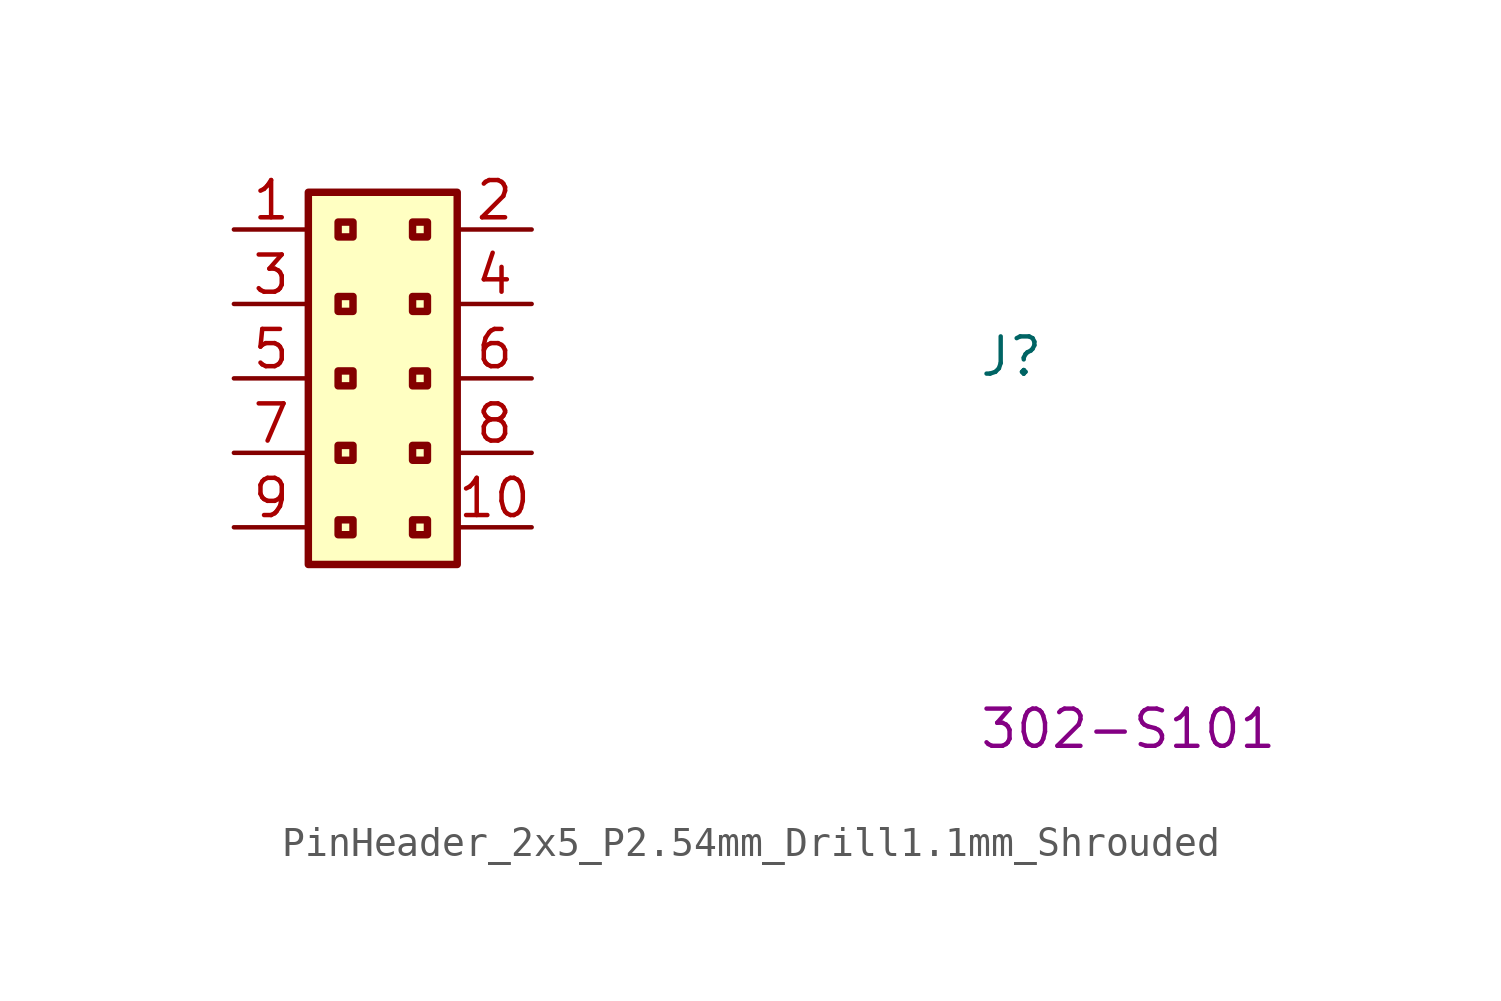
<source format=kicad_sym>
(kicad_symbol_lib
  (version 20220914)
  (generator kicad_symbol_editor)
  (symbol "PinHeader_2x5_P2.54mm_Drill1.1mm_Shrouded"
    (property "Reference" "J"
      (at 25.4 -5.08 0)
      (effects (font (size 1.27 1.27) (thickness 0.15)) (justify left bottom)))
    (property "MPN" "302-S101"
      (at 25.4 -17.78 0)
      (effects (font (size 1.27 1.27) (thickness 0.15)) (justify left bottom)))
    (symbol "PinHeader_2x5_P2.54mm_Drill1.1mm_Shrouded_1_1"
      (rectangle (start 2.54 1.27) (end 7.62 -11.43) (stroke (width 0.254) (type default)) (fill (type background)))
      (rectangle (start 3.556 -9.906) (end 4.064 -10.414) (stroke (width 0.254) (type default)) (fill (type background)))
      (rectangle (start 3.556 -7.366) (end 4.064 -7.874) (stroke (width 0.254) (type default)) (fill (type background)))
      (rectangle (start 3.556 -4.826) (end 4.064 -5.334) (stroke (width 0.254) (type default)) (fill (type background)))
      (rectangle (start 3.556 -2.286) (end 4.064 -2.794) (stroke (width 0.254) (type default)) (fill (type background)))
      (rectangle (start 3.556 0.254) (end 4.064 -0.254) (stroke (width 0.254) (type default)) (fill (type background)))
      (rectangle (start 6.096 -9.906) (end 6.604 -10.414) (stroke (width 0.254) (type default)) (fill (type background)))
      (rectangle (start 6.096 -7.366) (end 6.604 -7.874) (stroke (width 0.254) (type default)) (fill (type background)))
      (rectangle (start 6.096 -4.826) (end 6.604 -5.334) (stroke (width 0.254) (type default)) (fill (type background)))
      (rectangle (start 6.096 -2.286) (end 6.604 -2.794) (stroke (width 0.254) (type default)) (fill (type background)))
      (rectangle (start 6.096 0.254) (end 6.604 -0.254) (stroke (width 0.254) (type default)) (fill (type background)))
      (pin passive line (at 0 0 0) (length 2.54) (name "~" (effects (font (size 1.27 1.27)))) (number "1" (effects (font (size 1.27 1.27)))))
      (pin passive line (at 10.16 -10.16 180) (length 2.54) (name "~" (effects (font (size 1.27 1.27)))) (number "10" (effects (font (size 1.27 1.27)))))
      (pin passive line (at 10.16 0 180) (length 2.54) (name "~" (effects (font (size 1.27 1.27)))) (number "2" (effects (font (size 1.27 1.27)))))
      (pin passive line (at 0 -2.54 0) (length 2.54) (name "~" (effects (font (size 1.27 1.27)))) (number "3" (effects (font (size 1.27 1.27)))))
      (pin passive line (at 10.16 -2.54 180) (length 2.54) (name "~" (effects (font (size 1.27 1.27)))) (number "4" (effects (font (size 1.27 1.27)))))
      (pin passive line (at 0 -5.08 0) (length 2.54) (name "~" (effects (font (size 1.27 1.27)))) (number "5" (effects (font (size 1.27 1.27)))))
      (pin passive line (at 10.16 -5.08 180) (length 2.54) (name "~" (effects (font (size 1.27 1.27)))) (number "6" (effects (font (size 1.27 1.27)))))
      (pin passive line (at 0 -7.62 0) (length 2.54) (name "~" (effects (font (size 1.27 1.27)))) (number "7" (effects (font (size 1.27 1.27)))))
      (pin passive line (at 10.16 -7.62 180) (length 2.54) (name "~" (effects (font (size 1.27 1.27)))) (number "8" (effects (font (size 1.27 1.27)))))
      (pin passive line (at 0 -10.16 0) (length 2.54) (name "~" (effects (font (size 1.27 1.27)))) (number "9" (effects (font (size 1.27 1.27))))))))
</source>
